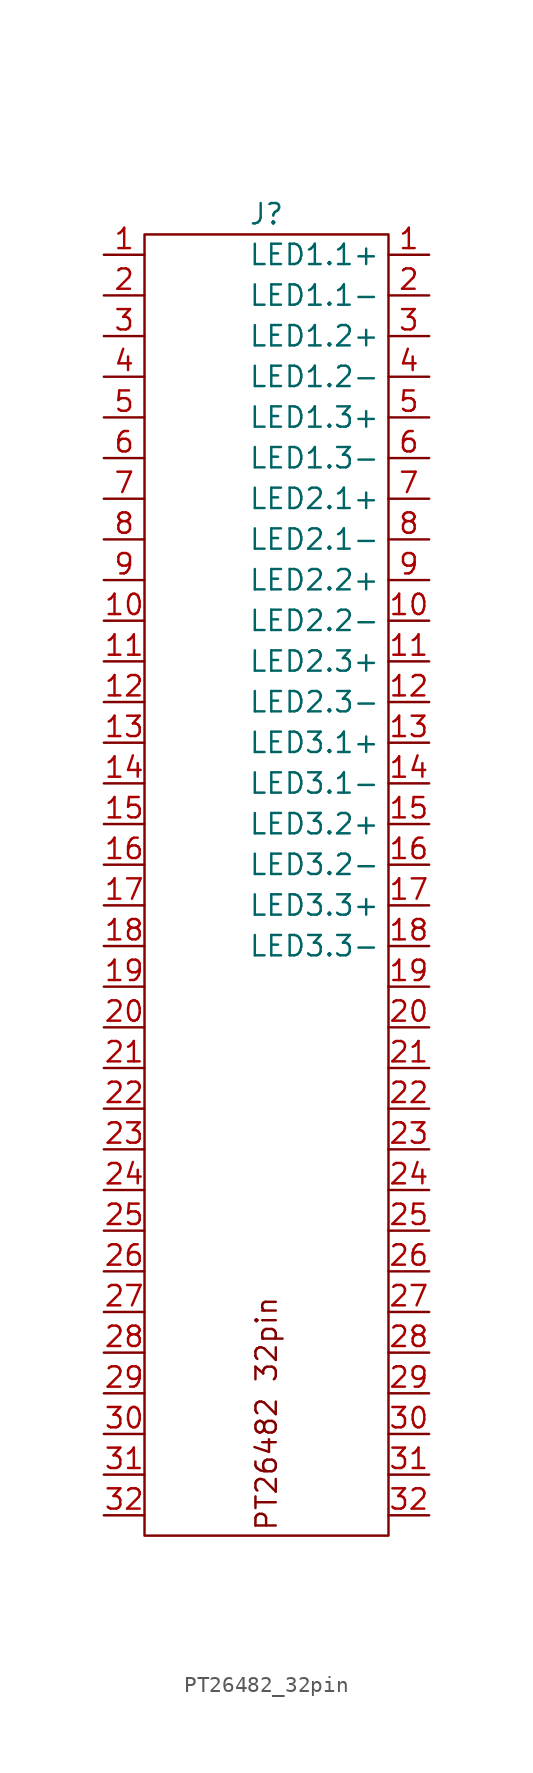
<source format=kicad_sym>
(kicad_symbol_lib
  (version 20220914)
  (generator kicad_symbol_editor)
  (symbol "PT26482_32pin"
    (property "Reference" "J"
      (at 0 41.91 0)
      (effects (font (size 1.27 1.27))))
    (property "Value" ""
      (at -3.81 41.91 0)
      (effects (font (size 1.27 1.27))))
    (symbol "PT26482_32pin_0_1"
      (rectangle (start -7.62 40.64) (end 7.62 -40.64) (stroke (width 0) (type default)) (fill (type none))))
    (symbol "PT26482_32pin_1_1"
      (text "PT26482 32pin" (at 0 -33.02 900) (effects (font (size 1.27 1.27))))
      (pin passive line (at -10.16 39.37 0) (length 2.54) (name "" (effects (font (size 1.27 1.27)))) (number "1" (effects (font (size 1.27 1.27)))))
      (pin passive line (at 10.16 39.37 180) (length 2.54) (name "LED1.1+" (effects (font (size 1.27 1.27)))) (number "1" (effects (font (size 1.27 1.27)))))
      (pin passive line (at -10.16 16.51 0) (length 2.54) (name "" (effects (font (size 1.27 1.27)))) (number "10" (effects (font (size 1.27 1.27)))))
      (pin passive line (at 10.16 16.51 180) (length 2.54) (name "LED2.2-" (effects (font (size 1.27 1.27)))) (number "10" (effects (font (size 1.27 1.27)))))
      (pin passive line (at -10.16 13.97 0) (length 2.54) (name "" (effects (font (size 1.27 1.27)))) (number "11" (effects (font (size 1.27 1.27)))))
      (pin passive line (at 10.16 13.97 180) (length 2.54) (name "LED2.3+" (effects (font (size 1.27 1.27)))) (number "11" (effects (font (size 1.27 1.27)))))
      (pin passive line (at -10.16 11.43 0) (length 2.54) (name "" (effects (font (size 1.27 1.27)))) (number "12" (effects (font (size 1.27 1.27)))))
      (pin passive line (at 10.16 11.43 180) (length 2.54) (name "LED2.3-" (effects (font (size 1.27 1.27)))) (number "12" (effects (font (size 1.27 1.27)))))
      (pin passive line (at -10.16 8.89 0) (length 2.54) (name "" (effects (font (size 1.27 1.27)))) (number "13" (effects (font (size 1.27 1.27)))))
      (pin passive line (at 10.16 8.89 180) (length 2.54) (name "LED3.1+" (effects (font (size 1.27 1.27)))) (number "13" (effects (font (size 1.27 1.27)))))
      (pin passive line (at -10.16 6.35 0) (length 2.54) (name "" (effects (font (size 1.27 1.27)))) (number "14" (effects (font (size 1.27 1.27)))))
      (pin passive line (at 10.16 6.35 180) (length 2.54) (name "LED3.1-" (effects (font (size 1.27 1.27)))) (number "14" (effects (font (size 1.27 1.27)))))
      (pin passive line (at -10.16 3.81 0) (length 2.54) (name "" (effects (font (size 1.27 1.27)))) (number "15" (effects (font (size 1.27 1.27)))))
      (pin passive line (at 10.16 3.81 180) (length 2.54) (name "LED3.2+" (effects (font (size 1.27 1.27)))) (number "15" (effects (font (size 1.27 1.27)))))
      (pin passive line (at -10.16 1.27 0) (length 2.54) (name "" (effects (font (size 1.27 1.27)))) (number "16" (effects (font (size 1.27 1.27)))))
      (pin passive line (at 10.16 1.27 180) (length 2.54) (name "LED3.2-" (effects (font (size 1.27 1.27)))) (number "16" (effects (font (size 1.27 1.27)))))
      (pin passive line (at -10.16 -1.27 0) (length 2.54) (name "" (effects (font (size 1.27 1.27)))) (number "17" (effects (font (size 1.27 1.27)))))
      (pin passive line (at 10.16 -1.27 180) (length 2.54) (name "LED3.3+" (effects (font (size 1.27 1.27)))) (number "17" (effects (font (size 1.27 1.27)))))
      (pin passive line (at -10.16 -3.81 0) (length 2.54) (name "" (effects (font (size 1.27 1.27)))) (number "18" (effects (font (size 1.27 1.27)))))
      (pin passive line (at 10.16 -3.81 180) (length 2.54) (name "LED3.3-" (effects (font (size 1.27 1.27)))) (number "18" (effects (font (size 1.27 1.27)))))
      (pin passive line (at -10.16 -6.35 0) (length 2.54) (name "" (effects (font (size 1.27 1.27)))) (number "19" (effects (font (size 1.27 1.27)))))
      (pin passive line (at 10.16 -6.35 180) (length 2.54) (name "" (effects (font (size 1.27 1.27)))) (number "19" (effects (font (size 1.27 1.27)))))
      (pin passive line (at -10.16 36.83 0) (length 2.54) (name "" (effects (font (size 1.27 1.27)))) (number "2" (effects (font (size 1.27 1.27)))))
      (pin passive line (at 10.16 36.83 180) (length 2.54) (name "LED1.1-" (effects (font (size 1.27 1.27)))) (number "2" (effects (font (size 1.27 1.27)))))
      (pin passive line (at -10.16 -8.89 0) (length 2.54) (name "" (effects (font (size 1.27 1.27)))) (number "20" (effects (font (size 1.27 1.27)))))
      (pin passive line (at 10.16 -8.89 180) (length 2.54) (name "" (effects (font (size 1.27 1.27)))) (number "20" (effects (font (size 1.27 1.27)))))
      (pin passive line (at -10.16 -11.43 0) (length 2.54) (name "" (effects (font (size 1.27 1.27)))) (number "21" (effects (font (size 1.27 1.27)))))
      (pin passive line (at 10.16 -11.43 180) (length 2.54) (name "" (effects (font (size 1.27 1.27)))) (number "21" (effects (font (size 1.27 1.27)))))
      (pin passive line (at -10.16 -13.97 0) (length 2.54) (name "" (effects (font (size 1.27 1.27)))) (number "22" (effects (font (size 1.27 1.27)))))
      (pin passive line (at 10.16 -13.97 180) (length 2.54) (name "" (effects (font (size 1.27 1.27)))) (number "22" (effects (font (size 1.27 1.27)))))
      (pin passive line (at -10.16 -16.51 0) (length 2.54) (name "" (effects (font (size 1.27 1.27)))) (number "23" (effects (font (size 1.27 1.27)))))
      (pin passive line (at 10.16 -16.51 180) (length 2.54) (name "" (effects (font (size 1.27 1.27)))) (number "23" (effects (font (size 1.27 1.27)))))
      (pin passive line (at -10.16 -19.05 0) (length 2.54) (name "" (effects (font (size 1.27 1.27)))) (number "24" (effects (font (size 1.27 1.27)))))
      (pin passive line (at 10.16 -19.05 180) (length 2.54) (name "" (effects (font (size 1.27 1.27)))) (number "24" (effects (font (size 1.27 1.27)))))
      (pin passive line (at -10.16 -21.59 0) (length 2.54) (name "" (effects (font (size 1.27 1.27)))) (number "25" (effects (font (size 1.27 1.27)))))
      (pin passive line (at 10.16 -21.59 180) (length 2.54) (name "" (effects (font (size 1.27 1.27)))) (number "25" (effects (font (size 1.27 1.27)))))
      (pin passive line (at -10.16 -24.13 0) (length 2.54) (name "" (effects (font (size 1.27 1.27)))) (number "26" (effects (font (size 1.27 1.27)))))
      (pin passive line (at 10.16 -24.13 180) (length 2.54) (name "" (effects (font (size 1.27 1.27)))) (number "26" (effects (font (size 1.27 1.27)))))
      (pin passive line (at -10.16 -26.67 0) (length 2.54) (name "" (effects (font (size 1.27 1.27)))) (number "27" (effects (font (size 1.27 1.27)))))
      (pin passive line (at 10.16 -26.67 180) (length 2.54) (name "" (effects (font (size 1.27 1.27)))) (number "27" (effects (font (size 1.27 1.27)))))
      (pin passive line (at -10.16 -29.21 0) (length 2.54) (name "" (effects (font (size 1.27 1.27)))) (number "28" (effects (font (size 1.27 1.27)))))
      (pin passive line (at 10.16 -29.21 180) (length 2.54) (name "" (effects (font (size 1.27 1.27)))) (number "28" (effects (font (size 1.27 1.27)))))
      (pin passive line (at -10.16 -31.75 0) (length 2.54) (name "" (effects (font (size 1.27 1.27)))) (number "29" (effects (font (size 1.27 1.27)))))
      (pin passive line (at 10.16 -31.75 180) (length 2.54) (name "" (effects (font (size 1.27 1.27)))) (number "29" (effects (font (size 1.27 1.27)))))
      (pin passive line (at -10.16 34.29 0) (length 2.54) (name "" (effects (font (size 1.27 1.27)))) (number "3" (effects (font (size 1.27 1.27)))))
      (pin passive line (at 10.16 34.29 180) (length 2.54) (name "LED1.2+" (effects (font (size 1.27 1.27)))) (number "3" (effects (font (size 1.27 1.27)))))
      (pin passive line (at -10.16 -34.29 0) (length 2.54) (name "" (effects (font (size 1.27 1.27)))) (number "30" (effects (font (size 1.27 1.27)))))
      (pin passive line (at 10.16 -34.29 180) (length 2.54) (name "" (effects (font (size 1.27 1.27)))) (number "30" (effects (font (size 1.27 1.27)))))
      (pin passive line (at -10.16 -36.83 0) (length 2.54) (name "" (effects (font (size 1.27 1.27)))) (number "31" (effects (font (size 1.27 1.27)))))
      (pin passive line (at 10.16 -36.83 180) (length 2.54) (name "" (effects (font (size 1.27 1.27)))) (number "31" (effects (font (size 1.27 1.27)))))
      (pin passive line (at -10.16 -39.37 0) (length 2.54) (name "" (effects (font (size 1.27 1.27)))) (number "32" (effects (font (size 1.27 1.27)))))
      (pin passive line (at 10.16 -39.37 180) (length 2.54) (name "" (effects (font (size 1.27 1.27)))) (number "32" (effects (font (size 1.27 1.27)))))
      (pin passive line (at -10.16 31.75 0) (length 2.54) (name "" (effects (font (size 1.27 1.27)))) (number "4" (effects (font (size 1.27 1.27)))))
      (pin passive line (at 10.16 31.75 180) (length 2.54) (name "LED1.2-" (effects (font (size 1.27 1.27)))) (number "4" (effects (font (size 1.27 1.27)))))
      (pin passive line (at -10.16 29.21 0) (length 2.54) (name "" (effects (font (size 1.27 1.27)))) (number "5" (effects (font (size 1.27 1.27)))))
      (pin passive line (at 10.16 29.21 180) (length 2.54) (name "LED1.3+" (effects (font (size 1.27 1.27)))) (number "5" (effects (font (size 1.27 1.27)))))
      (pin passive line (at -10.16 26.67 0) (length 2.54) (name "" (effects (font (size 1.27 1.27)))) (number "6" (effects (font (size 1.27 1.27)))))
      (pin passive line (at 10.16 26.67 180) (length 2.54) (name "LED1.3-" (effects (font (size 1.27 1.27)))) (number "6" (effects (font (size 1.27 1.27)))))
      (pin passive line (at -10.16 24.13 0) (length 2.54) (name "" (effects (font (size 1.27 1.27)))) (number "7" (effects (font (size 1.27 1.27)))))
      (pin passive line (at 10.16 24.13 180) (length 2.54) (name "LED2.1+" (effects (font (size 1.27 1.27)))) (number "7" (effects (font (size 1.27 1.27)))))
      (pin passive line (at -10.16 21.59 0) (length 2.54) (name "" (effects (font (size 1.27 1.27)))) (number "8" (effects (font (size 1.27 1.27)))))
      (pin passive line (at 10.16 21.59 180) (length 2.54) (name "LED2.1-" (effects (font (size 1.27 1.27)))) (number "8" (effects (font (size 1.27 1.27)))))
      (pin passive line (at -10.16 19.05 0) (length 2.54) (name "" (effects (font (size 1.27 1.27)))) (number "9" (effects (font (size 1.27 1.27)))))
      (pin passive line (at 10.16 19.05 180) (length 2.54) (name "LED2.2+" (effects (font (size 1.27 1.27)))) (number "9" (effects (font (size 1.27 1.27))))))))
</source>
